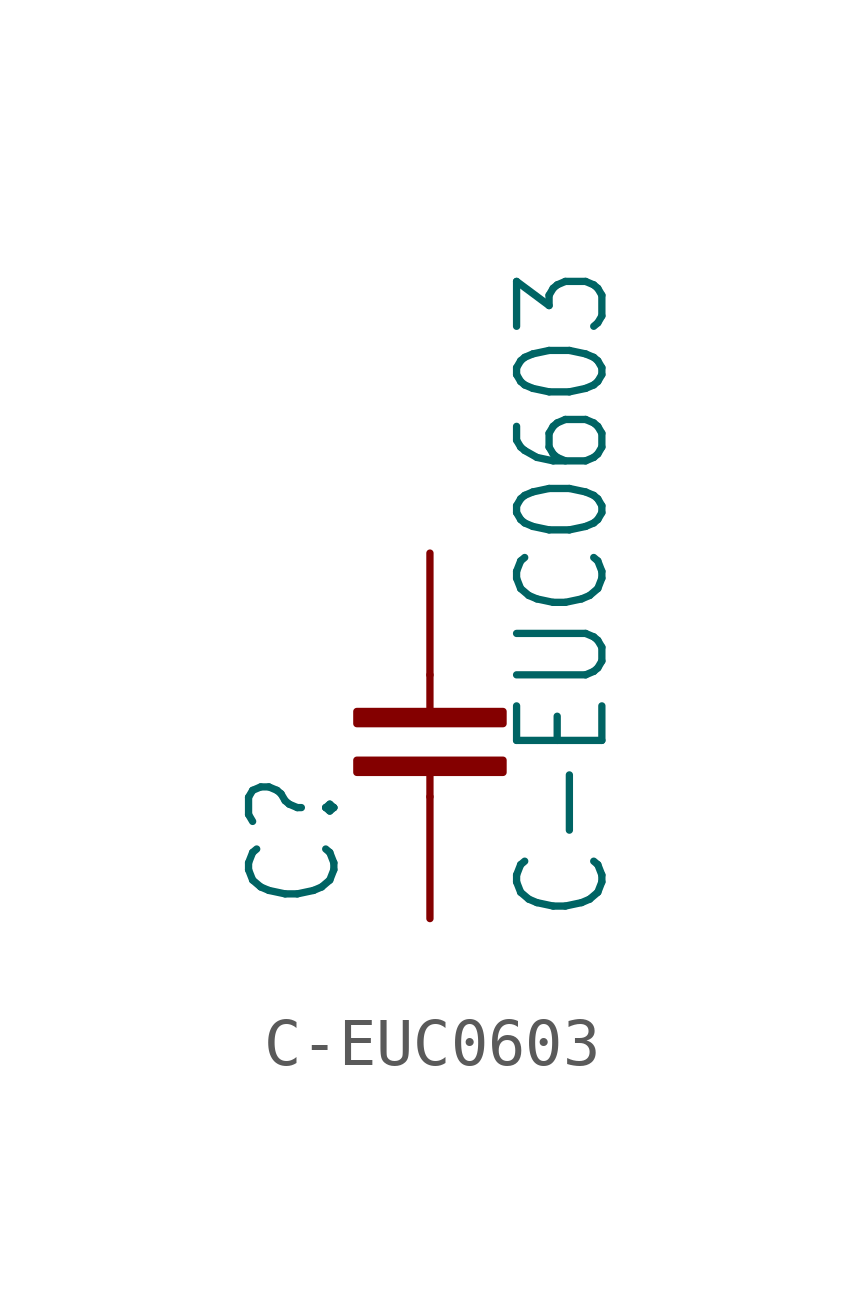
<source format=kicad_sym>
(kicad_symbol_lib
  (version 20211014)
  (generator kicad_symbol_editor)
  (symbol "C-EUC0603"
    (property "Reference" "C"
      (at -1.778 -4.953 90)
      (effects (font (size 1.778 1.511)) (justify left bottom)))
    (property "Value" "C-EUC0603"
      (at 3.81 -5.207 90)
      (effects (font (size 1.778 1.511)) (justify left bottom)))
    (property "ki_locked" ""
      (at 0 0 0)
      (effects (font (size 1.27 1.27))))
    (symbol "C-EUC0603_1_0"
      (rectangle (start -1.524 -2.032) (end 1.524 -1.778) (stroke (width 0) (type default) (color 0 0 0 0)) (fill (type outline)))
      (rectangle (start -1.524 -1.016) (end 1.524 -0.762) (stroke (width 0) (type default) (color 0 0 0 0)) (fill (type outline)))
      (polyline (pts (xy 0 -2.54) (xy 0 -2.032)) (stroke (width 0.152) (type default) (color 0 0 0 0)) (fill (type none)))
      (polyline (pts (xy 0 0) (xy 0 -0.762)) (stroke (width 0.152) (type default) (color 0 0 0 0)) (fill (type none)))
      (pin passive line (at 0 2.54 270) (length 2.54) (name "1" (effects (font (size 0 0)))) (number "1" (effects (font (size 0 0)))))
      (pin passive line (at 0 -5.08 90) (length 2.54) (name "2" (effects (font (size 0 0)))) (number "2" (effects (font (size 0 0))))))))
</source>
